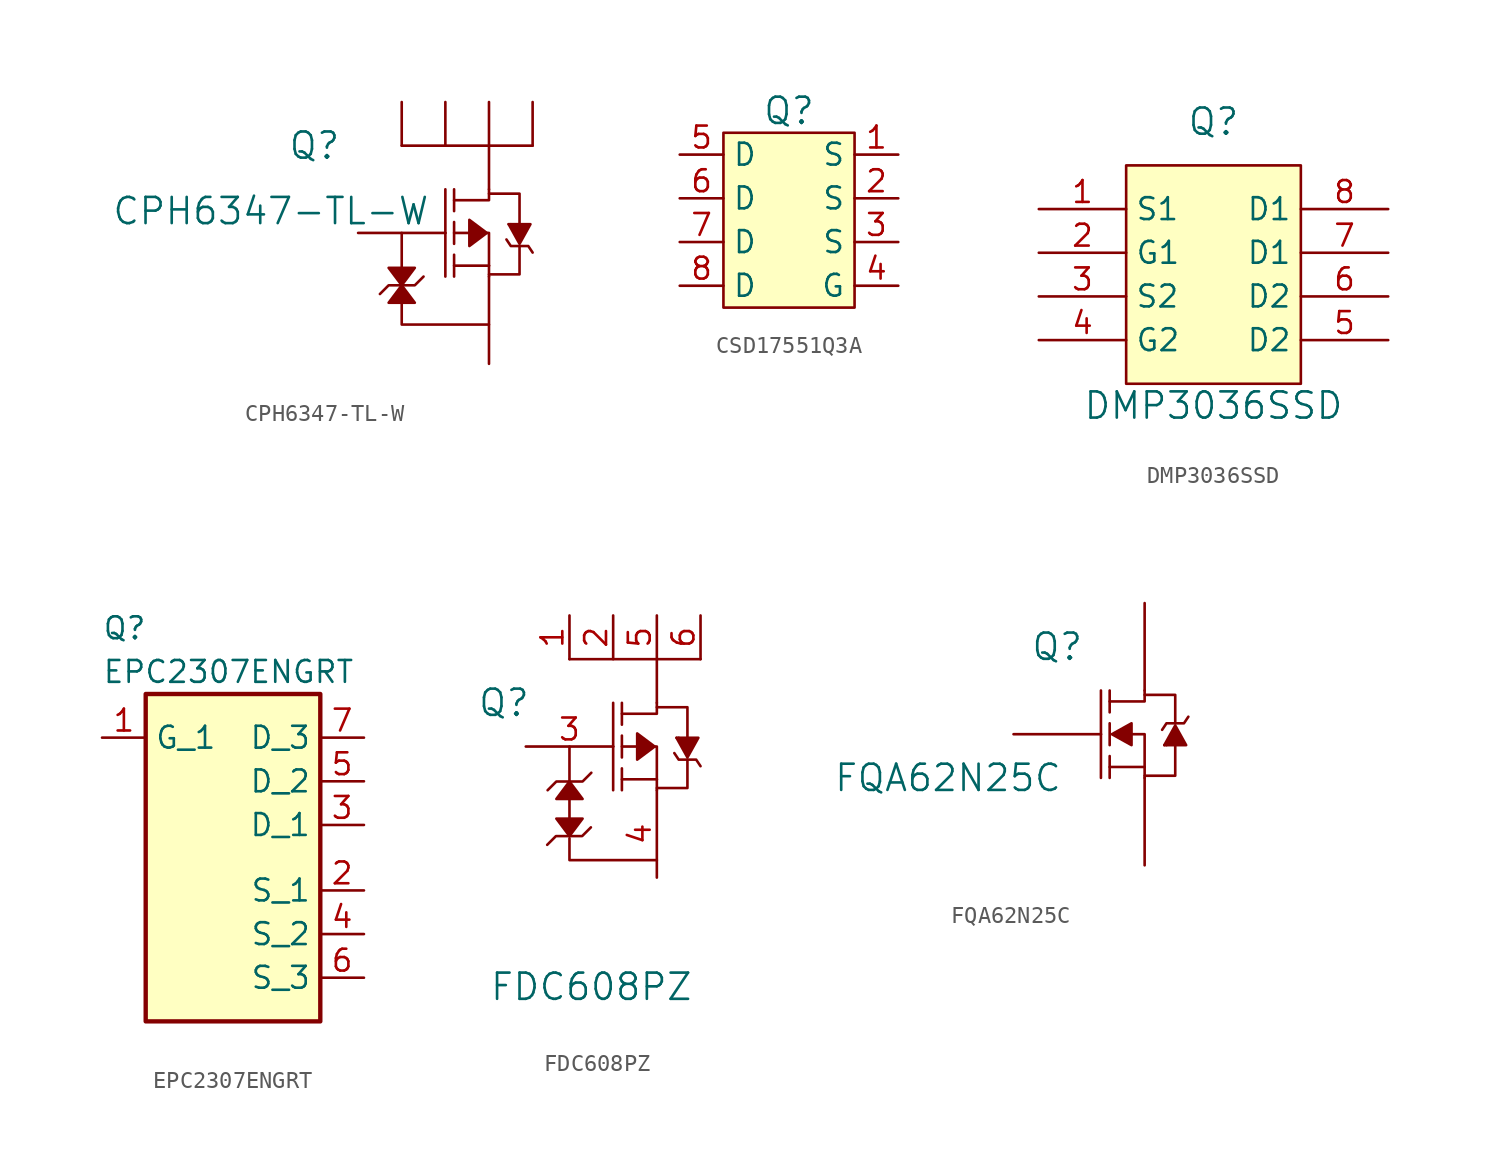
<source format=kicad_sym>
(kicad_symbol_lib
  (version 20231120)
  (generator "kicad_symbol_editor")
  (generator_version "8.0")
  (symbol "CPH6347-TL-W"
    (pin_numbers hide)
    (pin_names
      (offset 0) hide)
    (property "Reference" "Q"
      (at -7.62 5.08 0)
      (effects (font (size 1.524 1.524))))
    (property "Value" "CPH6347-TL-W"
      (at -10.16 1.27 0)
      (effects (font (size 1.524 1.524))))
    (symbol "CPH6347-TL-W_0_1"
      (polyline (pts (xy -2.54 -2.032) (xy -2.54 0)) (stroke (width 0) (type default)) (fill (type none)))
      (polyline (pts (xy 0 0) (xy 0 -2.54)) (stroke (width 0) (type default)) (fill (type none)))
      (polyline (pts (xy 0 0) (xy 0 2.54)) (stroke (width 0) (type default)) (fill (type none)))
      (polyline (pts (xy 0.508 -1.905) (xy 2.54 -1.905)) (stroke (width 0) (type default)) (fill (type none)))
      (polyline (pts (xy 0.508 -1.27) (xy 0.508 -2.54)) (stroke (width 0) (type default)) (fill (type none)))
      (polyline (pts (xy 0.508 -0.635) (xy 0.508 0.635)) (stroke (width 0) (type default)) (fill (type none)))
      (polyline (pts (xy 0.508 0) (xy 1.397 0)) (stroke (width 0) (type default)) (fill (type none)))
      (polyline (pts (xy 0.508 1.27) (xy 0.508 2.54)) (stroke (width 0) (type default)) (fill (type none)))
      (polyline (pts (xy 2.54 -2.54) (xy 2.54 -1.905)) (stroke (width 0) (type default)) (fill (type none)))
      (polyline (pts (xy 2.54 2.54) (xy 2.54 5.08)) (stroke (width 0) (type default)) (fill (type none)))
      (polyline (pts (xy 3.81 0.508) (xy 3.683 0.508)) (stroke (width 0) (type default)) (fill (type none)))
      (polyline (pts (xy 5.08 5.08) (xy -2.54 5.08)) (stroke (width 0) (type default)) (fill (type none)))
      (polyline (pts (xy -2.54 -4.064) (xy -2.54 -5.334) (xy 2.54 -5.334)) (stroke (width 0) (type default)) (fill (type none)))
      (polyline (pts (xy 0.508 1.905) (xy 2.54 1.905) (xy 2.54 2.54)) (stroke (width 0) (type default)) (fill (type none)))
      (polyline (pts (xy 2.413 0) (xy 2.54 0) (xy 2.54 -1.905)) (stroke (width 0) (type default)) (fill (type none)))
      (polyline (pts (xy 4.318 -0.762) (xy 4.318 -2.413) (xy 2.54 -2.413)) (stroke (width 0) (type default)) (fill (type none)))
      (polyline (pts (xy 4.318 0.508) (xy 4.318 2.286) (xy 2.54 2.286)) (stroke (width 0) (type default)) (fill (type none)))
      (polyline (pts (xy -3.81 -3.556) (xy -3.302 -3.048) (xy -1.778 -3.048) (xy -1.27 -2.54)) (stroke (width 0) (type default)) (fill (type none)))
      (polyline (pts (xy -3.302 -2.032) (xy -1.778 -2.032) (xy -2.54 -3.048) (xy -3.302 -2.032)) (stroke (width 0) (type default)) (fill (type outline)))
      (polyline (pts (xy -1.778 -4.064) (xy -3.302 -4.064) (xy -2.54 -3.048) (xy -1.778 -4.064)) (stroke (width 0) (type default)) (fill (type outline)))
      (polyline (pts (xy 2.413 0) (xy 1.397 0.762) (xy 1.397 -0.762) (xy 2.413 0)) (stroke (width 0) (type default)) (fill (type outline)))
      (polyline (pts (xy 3.556 -0.381) (xy 3.81 -0.762) (xy 4.826 -0.762) (xy 5.08 -1.143)) (stroke (width 0) (type default)) (fill (type none)))
      (polyline (pts (xy 3.683 0.508) (xy 4.318 -0.635) (xy 4.953 0.508) (xy 3.81 0.508)) (stroke (width 0) (type default)) (fill (type outline))))
    (symbol "CPH6347-TL-W_1_1"
      (pin input line (at -2.54 7.62 270) (length 2.54) (name "D" (effects (font (size 1.27 1.27)))) (number "1" (effects (font (size 1.27 1.27)))))
      (pin input line (at 0 7.62 270) (length 2.54) (name "D" (effects (font (size 1.27 1.27)))) (number "2" (effects (font (size 1.27 1.27)))))
      (pin input line (at -5.08 0 0) (length 5.08) (name "G" (effects (font (size 1.27 1.27)))) (number "3" (effects (font (size 1.27 1.27)))))
      (pin input line (at 2.54 -7.62 90) (length 5.08) (name "S" (effects (font (size 1.27 1.27)))) (number "4" (effects (font (size 1.27 1.27)))))
      (pin input line (at 2.54 7.62 270) (length 2.54) (name "D" (effects (font (size 1.27 1.27)))) (number "5" (effects (font (size 1.27 1.27)))))
      (pin input line (at 5.08 7.62 270) (length 2.54) (name "D" (effects (font (size 1.27 1.27)))) (number "6" (effects (font (size 1.27 1.27)))))))
  (symbol "CSD17551Q3A"
    (property "Reference" "Q"
      (at 0 6.35 0)
      (effects (font (size 1.524 1.524))))
    (symbol "CSD17551Q3A_0_1"
      (rectangle (start -3.81 5.08) (end 3.81 -5.08) (stroke (width 0) (type default)) (fill (type background))))
    (symbol "CSD17551Q3A_1_1"
      (pin output line (at 6.35 3.81 180) (length 2.54) (name "S" (effects (font (size 1.27 1.27)))) (number "1" (effects (font (size 1.27 1.27)))))
      (pin output line (at 6.35 1.27 180) (length 2.54) (name "S" (effects (font (size 1.27 1.27)))) (number "2" (effects (font (size 1.27 1.27)))))
      (pin output line (at 6.35 -1.27 180) (length 2.54) (name "S" (effects (font (size 1.27 1.27)))) (number "3" (effects (font (size 1.27 1.27)))))
      (pin input line (at 6.35 -3.81 180) (length 2.54) (name "G" (effects (font (size 1.27 1.27)))) (number "4" (effects (font (size 1.27 1.27)))))
      (pin input line (at -6.35 3.81 0) (length 2.54) (name "D" (effects (font (size 1.27 1.27)))) (number "5" (effects (font (size 1.27 1.27)))))
      (pin input line (at -6.35 1.27 0) (length 2.54) (name "D" (effects (font (size 1.27 1.27)))) (number "6" (effects (font (size 1.27 1.27)))))
      (pin input line (at -6.35 -1.27 0) (length 2.54) (name "D" (effects (font (size 1.27 1.27)))) (number "7" (effects (font (size 1.27 1.27)))))
      (pin input line (at -6.35 -3.81 0) (length 2.54) (name "D" (effects (font (size 1.27 1.27)))) (number "8" (effects (font (size 1.27 1.27)))))))
  (symbol "DMP3036SSD"
    (property "Reference" "Q"
      (at 0 8.89 0)
      (effects (font (size 1.524 1.524))))
    (property "Value" "DMP3036SSD"
      (at 0 -7.62 0)
      (effects (font (size 1.524 1.524))))
    (symbol "DMP3036SSD_0_1"
      (rectangle (start -5.08 6.35) (end 5.08 -6.35) (stroke (width 0) (type default)) (fill (type background))))
    (symbol "DMP3036SSD_1_1"
      (pin passive line (at -10.16 3.81 0) (length 5.08) (name "S1" (effects (font (size 1.27 1.27)))) (number "1" (effects (font (size 1.27 1.27)))))
      (pin passive line (at -10.16 1.27 0) (length 5.08) (name "G1" (effects (font (size 1.27 1.27)))) (number "2" (effects (font (size 1.27 1.27)))))
      (pin passive line (at -10.16 -1.27 0) (length 5.08) (name "S2" (effects (font (size 1.27 1.27)))) (number "3" (effects (font (size 1.27 1.27)))))
      (pin passive line (at -10.16 -3.81 0) (length 5.08) (name "G2" (effects (font (size 1.27 1.27)))) (number "4" (effects (font (size 1.27 1.27)))))
      (pin input line (at 10.16 -3.81 180) (length 5.08) (name "D2" (effects (font (size 1.27 1.27)))) (number "5" (effects (font (size 1.27 1.27)))))
      (pin input line (at 10.16 -1.27 180) (length 5.08) (name "D2" (effects (font (size 1.27 1.27)))) (number "6" (effects (font (size 1.27 1.27)))))
      (pin input line (at 10.16 1.27 180) (length 5.08) (name "D1" (effects (font (size 1.27 1.27)))) (number "7" (effects (font (size 1.27 1.27)))))
      (pin input line (at 10.16 3.81 180) (length 5.08) (name "D1" (effects (font (size 1.27 1.27)))) (number "8" (effects (font (size 1.27 1.27)))))))
  (symbol "EPC2307ENGRT"
    (property "Reference" "Q"
      (at -7.62 13.462 0)
      (effects (font (size 1.27 1.27)) (justify left top)))
    (property "Value" "EPC2307ENGRT"
      (at -7.62 10.922 0)
      (effects (font (size 1.27 1.27)) (justify left top)))
    (symbol "EPC2307ENGRT_1_1"
      (rectangle (start -5.08 8.89) (end 5.08 -10.16) (stroke (width 0.254) (type default)) (fill (type background)))
      (pin passive line (at -7.62 6.35 0) (length 2.54) (name "G_1" (effects (font (size 1.27 1.27)))) (number "1" (effects (font (size 1.27 1.27)))))
      (pin passive line (at 7.62 -2.54 180) (length 2.54) (name "S_1" (effects (font (size 1.27 1.27)))) (number "2" (effects (font (size 1.27 1.27)))))
      (pin passive line (at 7.62 1.27 180) (length 2.54) (name "D_1" (effects (font (size 1.27 1.27)))) (number "3" (effects (font (size 1.27 1.27)))))
      (pin passive line (at 7.62 -5.08 180) (length 2.54) (name "S_2" (effects (font (size 1.27 1.27)))) (number "4" (effects (font (size 1.27 1.27)))))
      (pin passive line (at 7.62 3.81 180) (length 2.54) (name "D_2" (effects (font (size 1.27 1.27)))) (number "5" (effects (font (size 1.27 1.27)))))
      (pin passive line (at 7.62 -7.62 180) (length 2.54) (name "S_3" (effects (font (size 1.27 1.27)))) (number "6" (effects (font (size 1.27 1.27)))))
      (pin passive line (at 7.62 6.35 180) (length 2.54) (name "D_3" (effects (font (size 1.27 1.27)))) (number "7" (effects (font (size 1.27 1.27)))))))
  (symbol "FDC608PZ"
    (pin_names
      (offset 1.016) hide)
    (property "Reference" "Q"
      (at -7.62 -10.16 0)
      (effects (font (size 1.524 1.524))))
    (property "Value" "FDC608PZ"
      (at -2.54 -26.67 0)
      (effects (font (size 1.524 1.524))))
    (symbol "FDC608PZ_0_1"
      (polyline (pts (xy -3.81 -15.24) (xy -3.81 -17.78)) (stroke (width 0) (type default)) (fill (type none))))
    (symbol "FDC608PZ_1_1"
      (polyline (pts (xy -3.81 -14.732) (xy -3.81 -12.7)) (stroke (width 0) (type default)) (fill (type none)))
      (polyline (pts (xy -1.27 -12.7) (xy -1.27 -15.24)) (stroke (width 0) (type default)) (fill (type none)))
      (polyline (pts (xy -1.27 -12.7) (xy -1.27 -10.16)) (stroke (width 0) (type default)) (fill (type none)))
      (polyline (pts (xy -0.762 -14.605) (xy 1.27 -14.605)) (stroke (width 0) (type default)) (fill (type none)))
      (polyline (pts (xy -0.762 -13.97) (xy -0.762 -15.24)) (stroke (width 0) (type default)) (fill (type none)))
      (polyline (pts (xy -0.762 -13.335) (xy -0.762 -12.065)) (stroke (width 0) (type default)) (fill (type none)))
      (polyline (pts (xy -0.762 -12.7) (xy 0.127 -12.7)) (stroke (width 0) (type default)) (fill (type none)))
      (polyline (pts (xy -0.762 -11.43) (xy -0.762 -10.16)) (stroke (width 0) (type default)) (fill (type none)))
      (polyline (pts (xy 1.27 -15.24) (xy 1.27 -14.605)) (stroke (width 0) (type default)) (fill (type none)))
      (polyline (pts (xy 1.27 -10.16) (xy 1.27 -7.62)) (stroke (width 0) (type default)) (fill (type none)))
      (polyline (pts (xy 2.54 -12.192) (xy 2.413 -12.192)) (stroke (width 0) (type default)) (fill (type none)))
      (polyline (pts (xy 3.81 -7.62) (xy -3.81 -7.62)) (stroke (width 0) (type default)) (fill (type none)))
      (polyline (pts (xy -3.81 -18.034) (xy -3.81 -19.304) (xy 1.27 -19.304)) (stroke (width 0) (type default)) (fill (type none)))
      (polyline (pts (xy -0.762 -10.795) (xy 1.27 -10.795) (xy 1.27 -10.16)) (stroke (width 0) (type default)) (fill (type none)))
      (polyline (pts (xy 1.143 -12.7) (xy 1.27 -12.7) (xy 1.27 -14.605)) (stroke (width 0) (type default)) (fill (type none)))
      (polyline (pts (xy 3.048 -13.462) (xy 3.048 -15.113) (xy 1.27 -15.113)) (stroke (width 0) (type default)) (fill (type none)))
      (polyline (pts (xy 3.048 -12.192) (xy 3.048 -10.414) (xy 1.27 -10.414)) (stroke (width 0) (type default)) (fill (type none)))
      (polyline (pts (xy -5.08 -15.24) (xy -4.572 -14.732) (xy -3.048 -14.732) (xy -2.54 -14.224)) (stroke (width 0) (type default)) (fill (type none)))
      (polyline (pts (xy -4.572 -16.891) (xy -3.048 -16.891) (xy -3.81 -17.907) (xy -4.572 -16.891)) (stroke (width 0) (type default)) (fill (type outline)))
      (polyline (pts (xy -3.048 -15.748) (xy -4.572 -15.748) (xy -3.81 -14.732) (xy -3.048 -15.748)) (stroke (width 0) (type default)) (fill (type outline)))
      (polyline (pts (xy -2.565 -17.399) (xy -3.073 -17.907) (xy -4.597 -17.907) (xy -5.105 -18.415)) (stroke (width 0) (type default)) (fill (type none)))
      (polyline (pts (xy 1.143 -12.7) (xy 0.127 -11.938) (xy 0.127 -13.462) (xy 1.143 -12.7)) (stroke (width 0) (type default)) (fill (type outline)))
      (polyline (pts (xy 2.286 -13.081) (xy 2.54 -13.462) (xy 3.556 -13.462) (xy 3.81 -13.843)) (stroke (width 0) (type default)) (fill (type none)))
      (polyline (pts (xy 2.413 -12.192) (xy 3.048 -13.335) (xy 3.683 -12.192) (xy 2.54 -12.192)) (stroke (width 0) (type default)) (fill (type outline)))
      (pin input line (at -3.81 -5.08 270) (length 2.54) (name "D" (effects (font (size 1.27 1.27)))) (number "1" (effects (font (size 1.27 1.27)))))
      (pin input line (at -1.27 -5.08 270) (length 2.54) (name "D" (effects (font (size 1.27 1.27)))) (number "2" (effects (font (size 1.27 1.27)))))
      (pin input line (at -6.35 -12.7 0) (length 5.08) (name "G" (effects (font (size 1.27 1.27)))) (number "3" (effects (font (size 1.27 1.27)))))
      (pin input line (at 1.27 -20.32 90) (length 5.08) (name "S" (effects (font (size 1.27 1.27)))) (number "4" (effects (font (size 1.27 1.27)))))
      (pin input line (at 1.27 -5.08 270) (length 2.54) (name "D" (effects (font (size 1.27 1.27)))) (number "5" (effects (font (size 1.27 1.27)))))
      (pin input line (at 3.81 -5.08 270) (length 2.54) (name "D" (effects (font (size 1.27 1.27)))) (number "6" (effects (font (size 1.27 1.27)))))))
  (symbol "FQA62N25C"
    (pin_numbers hide)
    (pin_names
      (offset 0) hide)
    (property "Reference" "Q"
      (at -2.54 5.08 0)
      (effects (font (size 1.524 1.524))))
    (property "Value" "FQA62N25C"
      (at -8.89 -2.54 0)
      (effects (font (size 1.524 1.524))))
    (symbol "FQA62N25C_0_1"
      (polyline (pts (xy 0 0) (xy 0 -2.54)) (stroke (width 0) (type default)) (fill (type none)))
      (polyline (pts (xy 0 0) (xy 0 2.54)) (stroke (width 0) (type default)) (fill (type none)))
      (polyline (pts (xy 0.508 -1.27) (xy 0.508 -2.54)) (stroke (width 0) (type default)) (fill (type none)))
      (polyline (pts (xy 0.508 -0.635) (xy 0.508 0.635)) (stroke (width 0) (type default)) (fill (type none)))
      (polyline (pts (xy 0.508 1.27) (xy 0.508 2.54)) (stroke (width 0) (type default)) (fill (type none)))
      (polyline (pts (xy 2.54 -2.54) (xy 2.54 -1.905)) (stroke (width 0) (type default)) (fill (type none)))
      (polyline (pts (xy 3.81 -0.635) (xy 3.683 -0.635)) (stroke (width 0) (type default)) (fill (type none)))
      (polyline (pts (xy 0.508 1.905) (xy 2.54 1.905) (xy 2.54 2.54)) (stroke (width 0) (type default)) (fill (type none)))
      (polyline (pts (xy 4.318 -0.635) (xy 4.318 -2.413) (xy 2.54 -2.413)) (stroke (width 0) (type default)) (fill (type none)))
      (polyline (pts (xy 4.318 0.635) (xy 4.318 2.286) (xy 2.54 2.286)) (stroke (width 0) (type default)) (fill (type none)))
      (polyline (pts (xy 0.508 -1.905) (xy 2.54 -1.905) (xy 2.54 0) (xy 1.778 0)) (stroke (width 0) (type default)) (fill (type none)))
      (polyline (pts (xy 0.635 0) (xy 1.778 0.635) (xy 1.778 -0.635) (xy 0.635 0)) (stroke (width 0) (type default)) (fill (type outline)))
      (polyline (pts (xy 3.556 0.254) (xy 3.81 0.635) (xy 4.826 0.635) (xy 5.08 1.016)) (stroke (width 0) (type default)) (fill (type none)))
      (polyline (pts (xy 3.683 -0.635) (xy 4.318 0.508) (xy 4.953 -0.635) (xy 3.81 -0.635)) (stroke (width 0) (type default)) (fill (type outline))))
    (symbol "FQA62N25C_1_1"
      (pin input line (at -5.08 0 0) (length 5.08) (name "G" (effects (font (size 1.27 1.27)))) (number "1" (effects (font (size 1.27 1.27)))))
      (pin input line (at 2.54 7.62 270) (length 5.08) (name "D" (effects (font (size 1.27 1.27)))) (number "2" (effects (font (size 1.27 1.27)))))
      (pin input line (at 2.54 -7.62 90) (length 5.08) (name "S" (effects (font (size 1.27 1.27)))) (number "3" (effects (font (size 1.27 1.27))))))))
</source>
